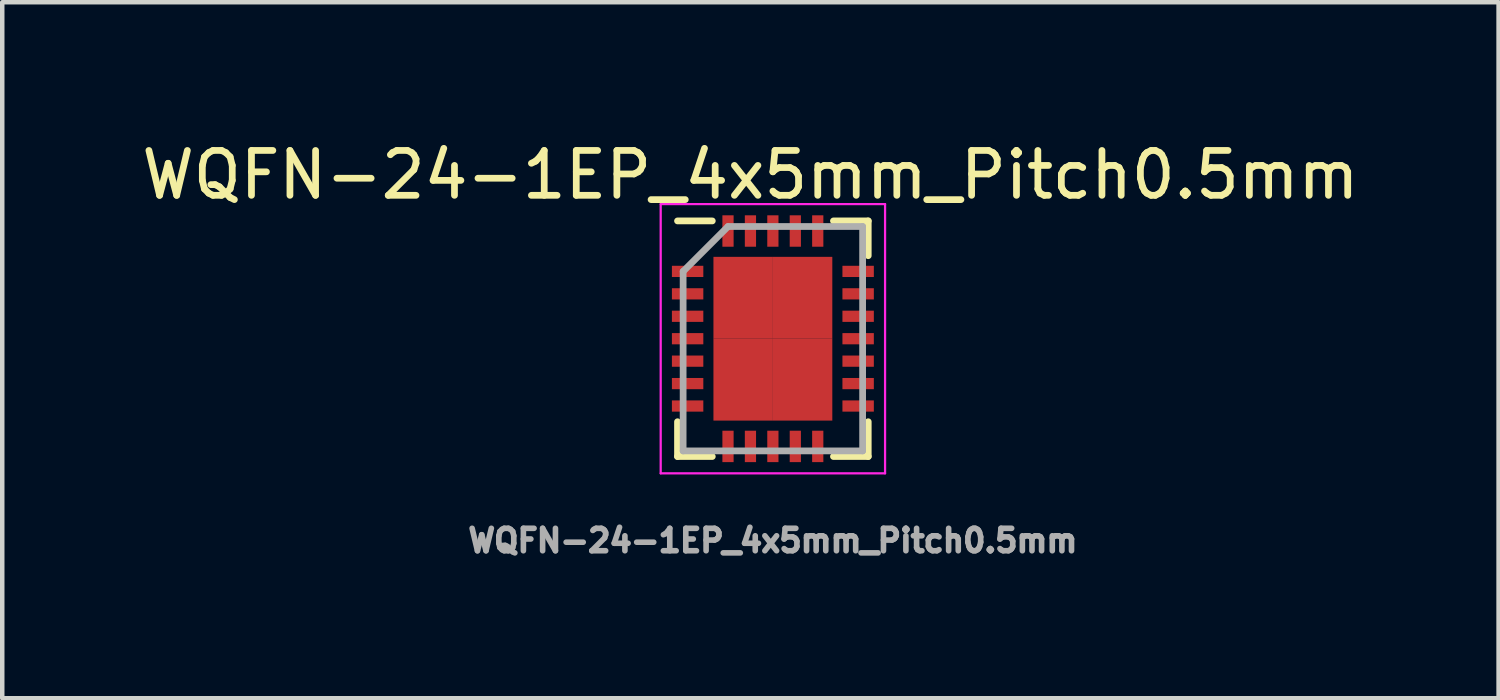
<source format=kicad_pcb>
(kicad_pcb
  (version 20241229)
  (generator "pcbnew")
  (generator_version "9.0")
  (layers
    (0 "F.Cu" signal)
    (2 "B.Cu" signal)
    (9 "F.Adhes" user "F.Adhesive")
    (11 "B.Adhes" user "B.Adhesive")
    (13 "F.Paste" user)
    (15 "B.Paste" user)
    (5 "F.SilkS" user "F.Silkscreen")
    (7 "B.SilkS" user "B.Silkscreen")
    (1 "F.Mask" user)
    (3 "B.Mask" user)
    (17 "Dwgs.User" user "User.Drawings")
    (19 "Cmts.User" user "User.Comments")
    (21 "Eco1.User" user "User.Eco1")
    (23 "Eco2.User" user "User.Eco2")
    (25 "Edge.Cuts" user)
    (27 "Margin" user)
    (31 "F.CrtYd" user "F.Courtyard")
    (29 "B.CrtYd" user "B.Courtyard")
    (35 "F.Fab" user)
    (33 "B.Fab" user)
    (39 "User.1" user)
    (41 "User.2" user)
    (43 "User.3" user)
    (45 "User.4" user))
  (footprint "WQFN-24-1EP_4x5mm_Pitch0.5mm"
    (layer "F.Cu")
    (at 14.173 4.498)
    (property "Reference" "WQFN-24-1EP_4x5mm_Pitch0.5mm" (at -0.5 -3.65 0) (layer "F.SilkS") (effects (font (size 1 1) (thickness 0.15))))
    (attr smd)
    (fp_line (start -2.125 -2.625) (end -1.35 -2.625) (stroke (width 0.15) (type solid)) (layer "F.SilkS"))
    (fp_line (start -2.125 2.625) (end -2.125 1.85) (stroke (width 0.15) (type solid)) (layer "F.SilkS"))
    (fp_line (start -2.125 2.625) (end -1.35 2.625) (stroke (width 0.15) (type solid)) (layer "F.SilkS"))
    (fp_line (start 2.125 -2.625) (end 1.35 -2.625) (stroke (width 0.15) (type solid)) (layer "F.SilkS"))
    (fp_line (start 2.125 -2.625) (end 2.125 -1.85) (stroke (width 0.15) (type solid)) (layer "F.SilkS"))
    (fp_line (start 2.125 2.625) (end 1.35 2.625) (stroke (width 0.15) (type solid)) (layer "F.SilkS"))
    (fp_line (start 2.125 2.625) (end 2.125 1.85) (stroke (width 0.15) (type solid)) (layer "F.SilkS"))
    (fp_line (start -2.5 -3) (end -2.5 3) (stroke (width 0.05) (type solid)) (layer "F.CrtYd"))
    (fp_line (start -2.5 -3) (end 2.5 -3) (stroke (width 0.05) (type solid)) (layer "F.CrtYd"))
    (fp_line (start -2.5 3) (end 2.5 3) (stroke (width 0.05) (type solid)) (layer "F.CrtYd"))
    (fp_line (start 2.5 -3) (end 2.5 3) (stroke (width 0.05) (type solid)) (layer "F.CrtYd"))
    (fp_line (start -2 -1.5) (end -1 -2.5) (stroke (width 0.15) (type solid)) (layer "F.Fab"))
    (fp_line (start -2 2.5) (end -2 -1.5) (stroke (width 0.15) (type solid)) (layer "F.Fab"))
    (fp_line (start -1 -2.5) (end 2 -2.5) (stroke (width 0.15) (type solid)) (layer "F.Fab"))
    (fp_line (start 2 -2.5) (end 2 2.5) (stroke (width 0.15) (type solid)) (layer "F.Fab"))
    (fp_line (start 2 2.5) (end -2 2.5) (stroke (width 0.15) (type solid)) (layer "F.Fab"))
    (fp_text user "${REFERENCE}" (at 0 4.5 0) (layer "F.Fab") (effects (font (size 0.5 0.5) (thickness 0.125))))
    (pad "1" smd rect (at -1.9 -1.5) (size 0.7 0.25) (layers "F.Cu" "F.Mask" "F.Paste"))
    (pad "2" smd rect (at -1.9 -1) (size 0.7 0.25) (layers "F.Cu" "F.Mask" "F.Paste"))
    (pad "3" smd rect (at -1.9 -0.5) (size 0.7 0.25) (layers "F.Cu" "F.Mask" "F.Paste"))
    (pad "4" smd rect (at -1.9 0) (size 0.7 0.25) (layers "F.Cu" "F.Mask" "F.Paste"))
    (pad "5" smd rect (at -1.9 0.5) (size 0.7 0.25) (layers "F.Cu" "F.Mask" "F.Paste"))
    (pad "6" smd rect (at -1.9 1) (size 0.7 0.25) (layers "F.Cu" "F.Mask" "F.Paste"))
    (pad "7" smd rect (at -1.9 1.5) (size 0.7 0.25) (layers "F.Cu" "F.Mask" "F.Paste"))
    (pad "8" smd rect (at -1 2.4 90) (size 0.7 0.25) (layers "F.Cu" "F.Mask" "F.Paste"))
    (pad "9" smd rect (at -0.5 2.4 90) (size 0.7 0.25) (layers "F.Cu" "F.Mask" "F.Paste"))
    (pad "10" smd rect (at 0 2.4 90) (size 0.7 0.25) (layers "F.Cu" "F.Mask" "F.Paste"))
    (pad "11" smd rect (at 0.5 2.4 90) (size 0.7 0.25) (layers "F.Cu" "F.Mask" "F.Paste"))
    (pad "12" smd rect (at 1 2.4 90) (size 0.7 0.25) (layers "F.Cu" "F.Mask" "F.Paste"))
    (pad "13" smd rect (at 1.9 1.5) (size 0.7 0.25) (layers "F.Cu" "F.Mask" "F.Paste"))
    (pad "14" smd rect (at 1.9 1) (size 0.7 0.25) (layers "F.Cu" "F.Mask" "F.Paste"))
    (pad "15" smd rect (at 1.9 0.5) (size 0.7 0.25) (layers "F.Cu" "F.Mask" "F.Paste"))
    (pad "16" smd rect (at 1.9 0) (size 0.7 0.25) (layers "F.Cu" "F.Mask" "F.Paste"))
    (pad "17" smd rect (at 1.9 -0.5) (size 0.7 0.25) (layers "F.Cu" "F.Mask" "F.Paste"))
    (pad "18" smd rect (at 1.9 -1) (size 0.7 0.25) (layers "F.Cu" "F.Mask" "F.Paste"))
    (pad "19" smd rect (at 1.9 -1.5) (size 0.7 0.25) (layers "F.Cu" "F.Mask" "F.Paste"))
    (pad "20" smd rect (at 1 -2.4 90) (size 0.7 0.25) (layers "F.Cu" "F.Mask" "F.Paste"))
    (pad "21" smd rect (at 0.5 -2.4 90) (size 0.7 0.25) (layers "F.Cu" "F.Mask" "F.Paste"))
    (pad "22" smd rect (at 0 -2.4 90) (size 0.7 0.25) (layers "F.Cu" "F.Mask" "F.Paste"))
    (pad "23" smd rect (at -0.5 -2.4 90) (size 0.7 0.25) (layers "F.Cu" "F.Mask" "F.Paste"))
    (pad "24" smd rect (at -1 -2.4 90) (size 0.7 0.25) (layers "F.Cu" "F.Mask" "F.Paste"))
    (pad "25" smd rect (at -0.662 -0.912) (size 1.325 1.825) (layers "F.Cu" "F.Mask" "F.Paste"))
    (pad "25" smd rect (at -0.662 0.912) (size 1.325 1.825) (layers "F.Cu" "F.Mask" "F.Paste"))
    (pad "25" smd rect (at 0.662 -0.912) (size 1.325 1.825) (layers "F.Cu" "F.Mask" "F.Paste"))
    (pad "25" smd rect (at 0.662 0.912) (size 1.325 1.825) (layers "F.Cu" "F.Mask" "F.Paste")))
  (gr_rect
    (start -3 -3)
    (end 30.345 12.51)
    (stroke (width 0.1) (type default))
    (fill no)
    (layer "Edge.Cuts")))
</source>
